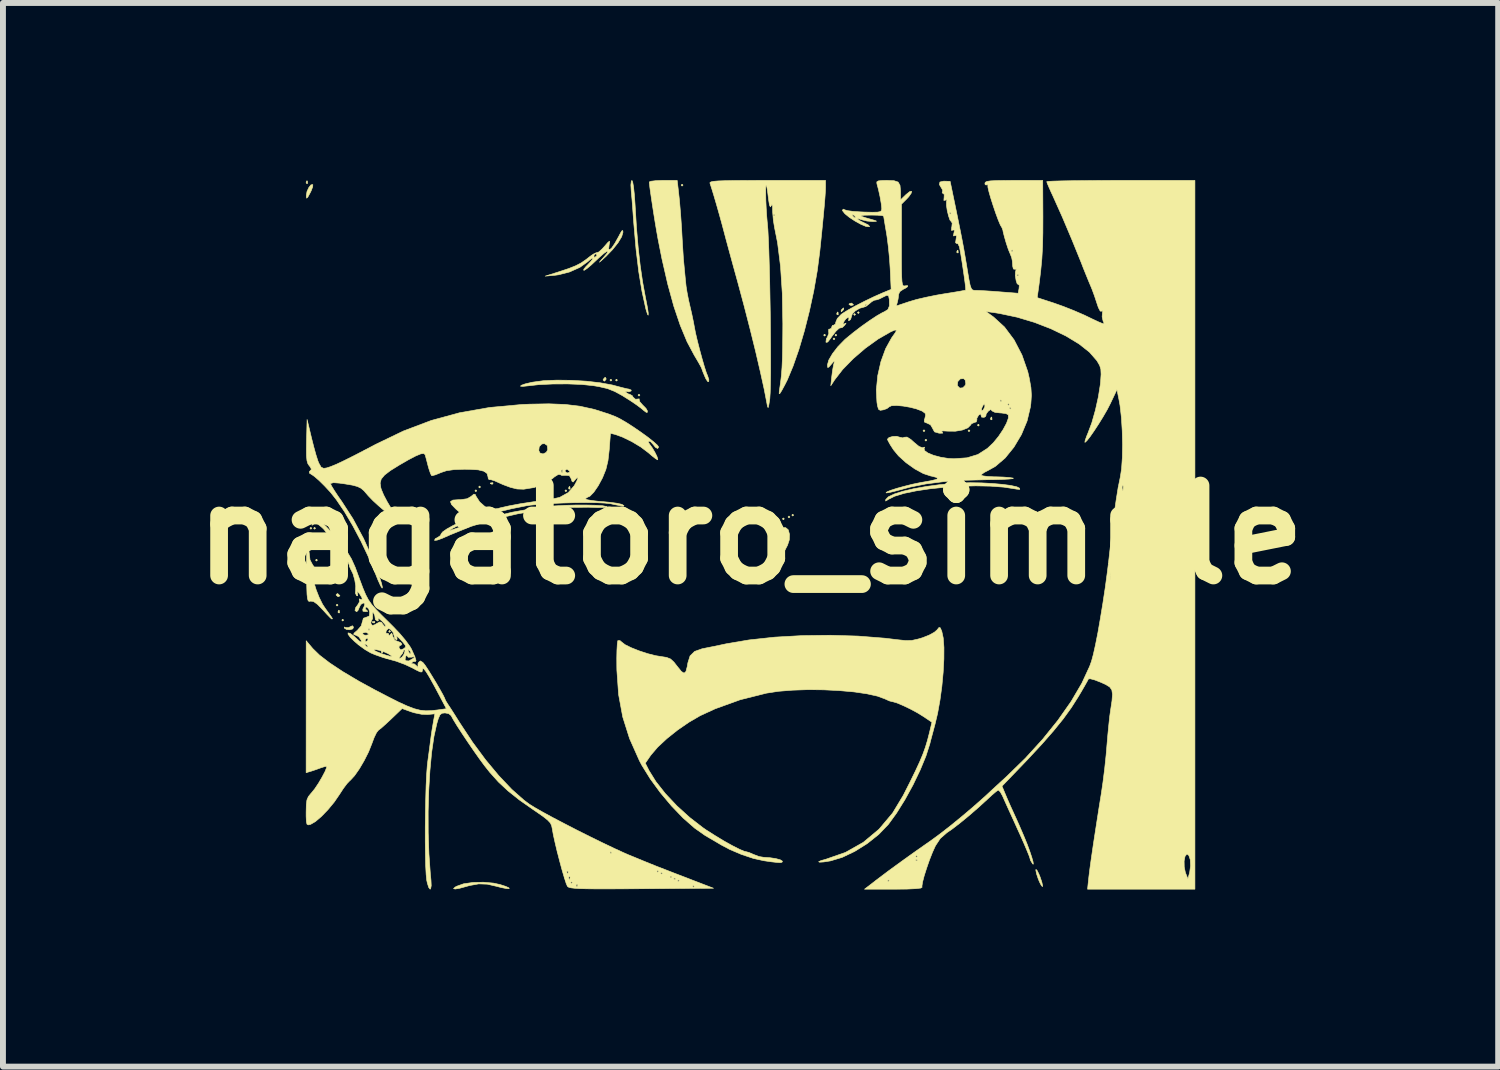
<source format=kicad_pcb>
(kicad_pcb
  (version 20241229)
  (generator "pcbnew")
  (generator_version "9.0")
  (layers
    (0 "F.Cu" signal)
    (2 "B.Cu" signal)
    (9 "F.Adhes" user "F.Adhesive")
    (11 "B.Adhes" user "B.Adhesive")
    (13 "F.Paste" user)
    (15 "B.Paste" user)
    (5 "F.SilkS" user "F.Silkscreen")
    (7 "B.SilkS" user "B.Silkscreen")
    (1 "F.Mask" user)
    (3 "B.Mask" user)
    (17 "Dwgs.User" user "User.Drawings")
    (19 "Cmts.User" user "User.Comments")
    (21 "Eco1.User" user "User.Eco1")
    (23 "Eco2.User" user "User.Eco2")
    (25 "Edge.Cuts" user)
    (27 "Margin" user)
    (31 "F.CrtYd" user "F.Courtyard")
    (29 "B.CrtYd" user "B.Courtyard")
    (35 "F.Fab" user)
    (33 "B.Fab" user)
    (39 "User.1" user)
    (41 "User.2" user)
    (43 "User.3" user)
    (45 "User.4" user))
  (footprint "nagatoro_simple"
    (layer "F.Cu")
    (at 9.659 6.006)
    (property "Reference" "nagatoro_simple" (at 0 0 0) (layer "F.SilkS") (effects (font (size 1.524 1.524) (thickness 0.3))))
    (attr through_hole)
    (fp_poly (pts (xy -7.493 -0.238) (xy -7.509 -0.222) (xy -7.525 -0.238) (xy -7.509 -0.254) (xy -7.493 -0.238)) (stroke (width 0.01) (type solid)) (fill yes) (layer "F.SilkS"))
    (fp_poly (pts (xy -7.429 -0.111) (xy -7.445 -0.095) (xy -7.461 -0.111) (xy -7.445 -0.127) (xy -7.429 -0.111)) (stroke (width 0.01) (type solid)) (fill yes) (layer "F.SilkS"))
    (fp_poly (pts (xy -7.366 -0.111) (xy -7.382 -0.095) (xy -7.398 -0.111) (xy -7.382 -0.127) (xy -7.366 -0.111)) (stroke (width 0.01) (type solid)) (fill yes) (layer "F.SilkS"))
    (fp_poly (pts (xy -7.334 0.429) (xy -7.35 0.445) (xy -7.366 0.429) (xy -7.35 0.413) (xy -7.334 0.429)) (stroke (width 0.01) (type solid)) (fill yes) (layer "F.SilkS"))
    (fp_poly (pts (xy -7.048 0.302) (xy -7.064 0.318) (xy -7.08 0.302) (xy -7.064 0.286) (xy -7.048 0.302)) (stroke (width 0.01) (type solid)) (fill yes) (layer "F.SilkS"))
    (fp_poly (pts (xy -6.985 1.191) (xy -7.001 1.206) (xy -7.017 1.191) (xy -7.001 1.175) (xy -6.985 1.191)) (stroke (width 0.01) (type solid)) (fill yes) (layer "F.SilkS"))
    (fp_poly (pts (xy -6.89 1.445) (xy -6.906 1.46) (xy -6.921 1.445) (xy -6.906 1.429) (xy -6.89 1.445)) (stroke (width 0.01) (type solid)) (fill yes) (layer "F.SilkS"))
    (fp_poly (pts (xy -6.223 1.984) (xy -6.239 2) (xy -6.255 1.984) (xy -6.239 1.968) (xy -6.223 1.984)) (stroke (width 0.01) (type solid)) (fill yes) (layer "F.SilkS"))
    (fp_poly (pts (xy -6.096 1.635) (xy -6.112 1.651) (xy -6.128 1.635) (xy -6.112 1.619) (xy -6.096 1.635)) (stroke (width 0.01) (type solid)) (fill yes) (layer "F.SilkS"))
    (fp_poly (pts (xy -4.636 -0.746) (xy -4.651 -0.73) (xy -4.667 -0.746) (xy -4.651 -0.762) (xy -4.636 -0.746)) (stroke (width 0.01) (type solid)) (fill yes) (layer "F.SilkS"))
    (fp_poly (pts (xy -4.572 -0.81) (xy -4.588 -0.794) (xy -4.604 -0.81) (xy -4.588 -0.826) (xy -4.572 -0.81)) (stroke (width 0.01) (type solid)) (fill yes) (layer "F.SilkS"))
    (fp_poly (pts (xy -3.111 -0.746) (xy -3.127 -0.73) (xy -3.143 -0.746) (xy -3.127 -0.762) (xy -3.111 -0.746)) (stroke (width 0.01) (type solid)) (fill yes) (layer "F.SilkS"))
    (fp_poly (pts (xy -2.349 -2.619) (xy -2.365 -2.603) (xy -2.381 -2.619) (xy -2.365 -2.635) (xy -2.349 -2.619)) (stroke (width 0.01) (type solid)) (fill yes) (layer "F.SilkS"))
    (fp_poly (pts (xy -2.254 -2.619) (xy -2.27 -2.603) (xy -2.286 -2.619) (xy -2.27 -2.635) (xy -2.254 -2.619)) (stroke (width 0.01) (type solid)) (fill yes) (layer "F.SilkS"))
    (fp_poly (pts (xy -1.873 -2.365) (xy -1.889 -2.349) (xy -1.905 -2.365) (xy -1.889 -2.381) (xy -1.873 -2.365)) (stroke (width 0.01) (type solid)) (fill yes) (layer "F.SilkS"))
    (fp_poly (pts (xy -1.143 -5.921) (xy -1.159 -5.905) (xy -1.175 -5.921) (xy -1.159 -5.937) (xy -1.143 -5.921)) (stroke (width 0.01) (type solid)) (fill yes) (layer "F.SilkS"))
    (fp_poly (pts (xy 0.572 -0.27) (xy 0.556 -0.254) (xy 0.54 -0.27) (xy 0.556 -0.286) (xy 0.572 -0.27)) (stroke (width 0.01) (type solid)) (fill yes) (layer "F.SilkS"))
    (fp_poly (pts (xy 0.667 -0.302) (xy 0.651 -0.286) (xy 0.635 -0.302) (xy 0.651 -0.318) (xy 0.667 -0.302)) (stroke (width 0.01) (type solid)) (fill yes) (layer "F.SilkS"))
    (fp_poly (pts (xy 0.73 -0.333) (xy 0.714 -0.318) (xy 0.699 -0.333) (xy 0.714 -0.349) (xy 0.73 -0.333)) (stroke (width 0.01) (type solid)) (fill yes) (layer "F.SilkS"))
    (fp_poly (pts (xy 1.27 -3.381) (xy 1.254 -3.365) (xy 1.238 -3.381) (xy 1.254 -3.397) (xy 1.27 -3.381)) (stroke (width 0.01) (type solid)) (fill yes) (layer "F.SilkS"))
    (fp_poly (pts (xy 1.429 -3.318) (xy 1.413 -3.302) (xy 1.397 -3.318) (xy 1.413 -3.334) (xy 1.429 -3.318)) (stroke (width 0.01) (type solid)) (fill yes) (layer "F.SilkS"))
    (fp_poly (pts (xy 1.46 -3.381) (xy 1.445 -3.365) (xy 1.429 -3.381) (xy 1.445 -3.397) (xy 1.46 -3.381)) (stroke (width 0.01) (type solid)) (fill yes) (layer "F.SilkS"))
    (fp_poly (pts (xy 1.778 -3.731) (xy 1.762 -3.715) (xy 1.746 -3.731) (xy 1.762 -3.747) (xy 1.778 -3.731)) (stroke (width 0.01) (type solid)) (fill yes) (layer "F.SilkS"))
    (fp_poly (pts (xy 1.841 -3.762) (xy 1.826 -3.747) (xy 1.81 -3.762) (xy 1.826 -3.778) (xy 1.841 -3.762)) (stroke (width 0.01) (type solid)) (fill yes) (layer "F.SilkS"))
    (fp_poly (pts (xy 2.953 -1.762) (xy 2.937 -1.746) (xy 2.921 -1.762) (xy 2.937 -1.778) (xy 2.953 -1.762)) (stroke (width 0.01) (type solid)) (fill yes) (layer "F.SilkS"))
    (fp_poly (pts (xy 2.985 -1.603) (xy 2.969 -1.587) (xy 2.953 -1.603) (xy 2.969 -1.619) (xy 2.985 -1.603)) (stroke (width 0.01) (type solid)) (fill yes) (layer "F.SilkS"))
    (fp_poly (pts (xy 3.715 -1.762) (xy 3.699 -1.746) (xy 3.683 -1.762) (xy 3.699 -1.778) (xy 3.715 -1.762)) (stroke (width 0.01) (type solid)) (fill yes) (layer "F.SilkS"))
    (fp_poly (pts (xy 3.873 -1.857) (xy 3.858 -1.841) (xy 3.842 -1.857) (xy 3.858 -1.873) (xy 3.873 -1.857)) (stroke (width 0.01) (type solid)) (fill yes) (layer "F.SilkS"))
    (fp_poly (pts (xy -7.504 -5.99) (xy -7.5 -5.952) (xy -7.504 -5.948) (xy -7.522 -5.952) (xy -7.525 -5.969) (xy -7.513 -5.995) (xy -7.504 -5.99)) (stroke (width 0.01) (type solid)) (fill yes) (layer "F.SilkS"))
    (fp_poly (pts (xy -7.503 -0.006) (xy -7.499 0.044) (xy -7.506 0.055) (xy -7.52 0.045) (xy -7.522 0.013) (xy -7.514 -0.021) (xy -7.503 -0.006)) (stroke (width 0.01) (type solid)) (fill yes) (layer "F.SilkS"))
    (fp_poly (pts (xy -7.218 0.614) (xy -7.222 0.633) (xy -7.239 0.635) (xy -7.265 0.623) (xy -7.26 0.614) (xy -7.222 0.61) (xy -7.218 0.614)) (stroke (width 0.01) (type solid)) (fill yes) (layer "F.SilkS"))
    (fp_poly (pts (xy -6.964 0.677) (xy -6.96 0.715) (xy -6.964 0.72) (xy -6.983 0.715) (xy -6.985 0.699) (xy -6.973 0.672) (xy -6.964 0.677)) (stroke (width 0.01) (type solid)) (fill yes) (layer "F.SilkS"))
    (fp_poly (pts (xy -6.964 1.281) (xy -6.96 1.318) (xy -6.964 1.323) (xy -6.983 1.319) (xy -6.985 1.302) (xy -6.973 1.276) (xy -6.964 1.281)) (stroke (width 0.01) (type solid)) (fill yes) (layer "F.SilkS"))
    (fp_poly (pts (xy -6.9 0.455) (xy -6.897 0.493) (xy -6.9 0.497) (xy -6.919 0.493) (xy -6.921 0.476) (xy -6.91 0.45) (xy -6.9 0.455)) (stroke (width 0.01) (type solid)) (fill yes) (layer "F.SilkS"))
    (fp_poly (pts (xy -6.837 0.487) (xy -6.833 0.525) (xy -6.837 0.529) (xy -6.856 0.525) (xy -6.858 0.508) (xy -6.846 0.482) (xy -6.837 0.487)) (stroke (width 0.01) (type solid)) (fill yes) (layer "F.SilkS"))
    (fp_poly (pts (xy -6.361 1.471) (xy -6.365 1.49) (xy -6.382 1.492) (xy -6.408 1.481) (xy -6.403 1.471) (xy -6.365 1.467) (xy -6.361 1.471)) (stroke (width 0.01) (type solid)) (fill yes) (layer "F.SilkS"))
    (fp_poly (pts (xy -4.36 -0.878) (xy -4.365 -0.86) (xy -4.381 -0.857) (xy -4.408 -0.869) (xy -4.403 -0.878) (xy -4.365 -0.882) (xy -4.36 -0.878)) (stroke (width 0.01) (type solid)) (fill yes) (layer "F.SilkS"))
    (fp_poly (pts (xy -3.059 -0.815) (xy -3.055 -0.777) (xy -3.059 -0.773) (xy -3.077 -0.777) (xy -3.08 -0.794) (xy -3.068 -0.82) (xy -3.059 -0.815)) (stroke (width 0.01) (type solid)) (fill yes) (layer "F.SilkS"))
    (fp_poly (pts (xy 1.482 -3.768) (xy 1.485 -3.73) (xy 1.482 -3.725) (xy 1.463 -3.73) (xy 1.46 -3.747) (xy 1.472 -3.773) (xy 1.482 -3.768)) (stroke (width 0.01) (type solid)) (fill yes) (layer "F.SilkS"))
    (fp_poly (pts (xy 3.514 -4.815) (xy 3.517 -4.778) (xy 3.514 -4.773) (xy 3.495 -4.777) (xy 3.493 -4.794) (xy 3.504 -4.82) (xy 3.514 -4.815)) (stroke (width 0.01) (type solid)) (fill yes) (layer "F.SilkS"))
    (fp_poly (pts (xy 4.085 -1.99) (xy 4.089 -1.952) (xy 4.085 -1.947) (xy 4.066 -1.952) (xy 4.064 -1.968) (xy 4.076 -1.995) (xy 4.085 -1.99)) (stroke (width 0.01) (type solid)) (fill yes) (layer "F.SilkS"))
    (fp_poly (pts (xy 6.212 0.233) (xy 6.216 0.271) (xy 6.212 0.275) (xy 6.194 0.271) (xy 6.191 0.254) (xy 6.203 0.228) (xy 6.212 0.233)) (stroke (width 0.01) (type solid)) (fill yes) (layer "F.SilkS"))
    (fp_poly (pts (xy 1.717 -3.92) (xy 1.744 -3.894) (xy 1.712 -3.884) (xy 1.7 -3.884) (xy 1.668 -3.898) (xy 1.67 -3.911) (xy 1.707 -3.924) (xy 1.717 -3.92)) (stroke (width 0.01) (type solid)) (fill yes) (layer "F.SilkS"))
    (fp_poly (pts (xy -7.027 0.211) (xy -7.033 0.222) (xy -7.063 0.253) (xy -7.068 0.254) (xy -7.07 0.233) (xy -7.064 0.222) (xy -7.034 0.192) (xy -7.029 0.191) (xy -7.027 0.211)) (stroke (width 0.01) (type solid)) (fill yes) (layer "F.SilkS"))
    (fp_poly (pts (xy -6.985 1) (xy -6.955 1.029) (xy -6.953 1.034) (xy -6.978 1.047) (xy -6.985 1.048) (xy -7.016 1.023) (xy -7.017 1.014) (xy -6.997 0.995) (xy -6.985 1)) (stroke (width 0.01) (type solid)) (fill yes) (layer "F.SilkS"))
    (fp_poly (pts (xy -2.445 -2.642) (xy -2.445 -2.635) (xy -2.469 -2.605) (xy -2.478 -2.603) (xy -2.497 -2.623) (xy -2.492 -2.635) (xy -2.464 -2.666) (xy -2.459 -2.667) (xy -2.445 -2.642)) (stroke (width 0.01) (type solid)) (fill yes) (layer "F.SilkS"))
    (fp_poly (pts (xy 1.578 -3.821) (xy 1.572 -3.81) (xy 1.542 -3.78) (xy 1.536 -3.778) (xy 1.534 -3.799) (xy 1.54 -3.81) (xy 1.57 -3.84) (xy 1.575 -3.842) (xy 1.578 -3.821)) (stroke (width 0.01) (type solid)) (fill yes) (layer "F.SilkS"))
    (fp_poly (pts (xy -6.723 1.563) (xy -6.735 1.593) (xy -6.783 1.608) (xy -6.84 1.604) (xy -6.879 1.579) (xy -6.879 1.561) (xy -6.862 1.569) (xy -6.808 1.572) (xy -6.781 1.558) (xy -6.741 1.54) (xy -6.723 1.563)) (stroke (width 0.01) (type solid)) (fill yes) (layer "F.SilkS"))
    (fp_poly (pts (xy -7.412 -5.93) (xy -7.414 -5.893) (xy -7.441 -5.823) (xy -7.458 -5.789) (xy -7.497 -5.718) (xy -7.516 -5.7) (xy -7.522 -5.729) (xy -7.522 -5.747) (xy -7.51 -5.815) (xy -7.479 -5.881) (xy -7.443 -5.926) (xy -7.412 -5.93) (xy -7.412 -5.93)) (stroke (width 0.01) (type solid)) (fill yes) (layer "F.SilkS"))
    (fp_poly (pts (xy 0.639 -0.084) (xy 0.66 -0.008) (xy 0.656 0.087) (xy 0.626 0.177) (xy 0.581 0.263) (xy 0.561 0.187) (xy 0.547 0.103) (xy 0.54 0.00029) (xy 0.54 -0.01) (xy 0.545 -0.09) (xy 0.566 -0.121) (xy 0.595 -0.121) (xy 0.639 -0.084)) (stroke (width 0.01) (type solid)) (fill yes) (layer "F.SilkS"))
    (fp_poly (pts (xy 4.852 5.683) (xy 4.883 5.745) (xy 4.904 5.796) (xy 4.933 5.883) (xy 4.946 5.943) (xy 4.944 5.957) (xy 4.925 5.94) (xy 4.893 5.878) (xy 4.872 5.827) (xy 4.843 5.74) (xy 4.831 5.68) (xy 4.833 5.666) (xy 4.852 5.683)) (stroke (width 0.01) (type solid)) (fill yes) (layer "F.SilkS"))
    (fp_poly (pts (xy -4.353 5.898) (xy -4.239 5.923) (xy -4.147 5.953) (xy -4.092 5.978) (xy -4.086 5.992) (xy -4.135 5.99) (xy -4.222 5.973) (xy -4.29 5.955) (xy -4.458 5.916) (xy -4.604 5.911) (xy -4.758 5.939) (xy -4.807 5.953) (xy -4.924 5.985) (xy -5 5.998) (xy -5.029 5.992) (xy -5.005 5.968) (xy -4.978 5.952) (xy -4.86 5.91) (xy -4.701 5.887) (xy -4.525 5.883) (xy -4.353 5.898)) (stroke (width 0.01) (type solid)) (fill yes) (layer "F.SilkS"))
    (fp_poly (pts (xy -1.995 -5.971) (xy -1.981 -5.89) (xy -1.968 -5.768) (xy -1.957 -5.618) (xy -1.955 -5.586) (xy -1.931 -5.198) (xy -1.902 -4.86) (xy -1.868 -4.558) (xy -1.827 -4.278) (xy -1.777 -4.007) (xy -1.766 -3.953) (xy -1.743 -3.835) (xy -1.732 -3.755) (xy -1.733 -3.719) (xy -1.744 -3.733) (xy -1.766 -3.802) (xy -1.774 -3.831) (xy -1.838 -4.122) (xy -1.893 -4.456) (xy -1.939 -4.838) (xy -1.977 -5.276) (xy -1.984 -5.366) (xy -1.995 -5.52) (xy -2.007 -5.677) (xy -2.019 -5.806) (xy -2.02 -5.818) (xy -2.026 -5.923) (xy -2.019 -5.987) (xy -2.008 -6.001) (xy -1.995 -5.971)) (stroke (width 0.01) (type solid)) (fill yes) (layer "F.SilkS"))
    (fp_poly (pts (xy 3.911 -0.879) (xy 4.097 -0.869) (xy 4.267 -0.854) (xy 4.409 -0.835) (xy 4.51 -0.812) (xy 4.556 -0.789) (xy 4.559 -0.769) (xy 4.507 -0.773) (xy 4.484 -0.777) (xy 4.29 -0.807) (xy 4.063 -0.824) (xy 3.813 -0.829) (xy 3.552 -0.822) (xy 3.29 -0.805) (xy 3.037 -0.779) (xy 2.804 -0.744) (xy 2.601 -0.702) (xy 2.44 -0.653) (xy 2.33 -0.598) (xy 2.321 -0.591) (xy 2.288 -0.572) (xy 2.29 -0.598) (xy 2.335 -0.644) (xy 2.435 -0.691) (xy 2.58 -0.737) (xy 2.763 -0.78) (xy 2.975 -0.818) (xy 3.205 -0.849) (xy 3.447 -0.871) (xy 3.54 -0.877) (xy 3.722 -0.882) (xy 3.911 -0.879)) (stroke (width 0.01) (type solid)) (fill yes) (layer "F.SilkS"))
    (fp_poly (pts (xy -7.487 0.176) (xy -7.478 0.232) (xy -7.476 0.286) (xy -7.459 0.426) (xy -7.419 0.502) (xy -7.384 0.554) (xy -7.401 0.578) (xy -7.421 0.615) (xy -7.418 0.696) (xy -7.394 0.806) (xy -7.355 0.932) (xy -7.305 1.059) (xy -7.248 1.175) (xy -7.202 1.245) (xy -7.14 1.33) (xy -7.096 1.393) (xy -7.08 1.419) (xy -7.087 1.427) (xy -7.113 1.408) (xy -7.165 1.355) (xy -7.246 1.267) (xy -7.336 1.175) (xy -7.401 1.129) (xy -7.449 1.123) (xy -7.452 1.124) (xy -7.475 1.128) (xy -7.491 1.116) (xy -7.502 1.079) (xy -7.51 1.009) (xy -7.514 0.896) (xy -7.518 0.731) (xy -7.519 0.675) (xy -7.52 0.507) (xy -7.518 0.36) (xy -7.513 0.247) (xy -7.505 0.181) (xy -7.501 0.169) (xy -7.487 0.176)) (stroke (width 0.01) (type solid)) (fill yes) (layer "F.SilkS"))
    (fp_poly (pts (xy -1.226 -5.866) (xy -1.204 -5.666) (xy -1.184 -5.43) (xy -1.167 -5.186) (xy -1.157 -5.001) (xy -1.137 -4.679) (xy -1.103 -4.32) (xy -1.091 -4.207) (xy -1.075 -4.107) (xy -1.05 -3.977) (xy -1.026 -3.873) (xy -0.995 -3.739) (xy -0.967 -3.605) (xy -0.952 -3.524) (xy -0.932 -3.419) (xy -0.9 -3.283) (xy -0.861 -3.131) (xy -0.82 -2.98) (xy -0.781 -2.845) (xy -0.748 -2.743) (xy -0.727 -2.693) (xy -0.706 -2.628) (xy -0.708 -2.594) (xy -0.726 -2.596) (xy -0.758 -2.645) (xy -0.773 -2.679) (xy -0.806 -2.758) (xy -0.824 -2.808) (xy -0.826 -2.815) (xy -0.841 -2.847) (xy -0.881 -2.919) (xy -0.938 -3.016) (xy -0.951 -3.037) (xy -1.075 -3.27) (xy -1.19 -3.547) (xy -1.299 -3.87) (xy -1.402 -4.246) (xy -1.501 -4.677) (xy -1.568 -5.016) (xy -1.589 -5.135) (xy -1.614 -5.283) (xy -1.64 -5.444) (xy -1.665 -5.606) (xy -1.687 -5.755) (xy -1.704 -5.875) (xy -1.713 -5.955) (xy -1.714 -5.975) (xy -1.685 -5.987) (xy -1.608 -5.996) (xy -1.499 -6.001) (xy -1.478 -6.001) (xy -1.242 -6.001) (xy -1.226 -5.866)) (stroke (width 0.01) (type solid)) (fill yes) (layer "F.SilkS"))
    (fp_poly (pts (xy -3.033 -2.616) (xy -2.78 -2.601) (xy -2.544 -2.574) (xy -2.342 -2.537) (xy -2.286 -2.522) (xy -2.18 -2.494) (xy -2.094 -2.473) (xy -2.058 -2.467) (xy -2.021 -2.451) (xy -2.022 -2.436) (xy -2.061 -2.421) (xy -2.084 -2.426) (xy -2.115 -2.427) (xy -2.111 -2.413) (xy -2.065 -2.383) (xy -2.049 -2.381) (xy -2.003 -2.356) (xy -1.988 -2.33) (xy -1.948 -2.295) (xy -1.919 -2.298) (xy -1.885 -2.302) (xy -1.886 -2.29) (xy -1.876 -2.254) (xy -1.83 -2.201) (xy -1.825 -2.196) (xy -1.77 -2.14) (xy -1.746 -2.097) (xy -1.746 -2.096) (xy -1.749 -2.072) (xy -1.765 -2.073) (xy -1.808 -2.105) (xy -1.857 -2.146) (xy -1.932 -2.202) (xy -2.04 -2.275) (xy -2.158 -2.349) (xy -2.167 -2.355) (xy -2.299 -2.427) (xy -2.422 -2.476) (xy -2.564 -2.509) (xy -2.659 -2.525) (xy -2.858 -2.546) (xy -3.095 -2.555) (xy -3.344 -2.554) (xy -3.582 -2.543) (xy -3.762 -2.523) (xy -3.858 -2.513) (xy -3.896 -2.517) (xy -3.881 -2.532) (xy -3.817 -2.555) (xy -3.708 -2.581) (xy -3.693 -2.584) (xy -3.509 -2.609) (xy -3.282 -2.619) (xy -3.033 -2.616)) (stroke (width 0.01) (type solid)) (fill yes) (layer "F.SilkS"))
    (fp_poly (pts (xy -2.16 -5.124) (xy -2.182 -5.048) (xy -2.244 -4.945) (xy -2.337 -4.829) (xy -2.45 -4.712) (xy -2.465 -4.699) (xy -2.534 -4.636) (xy -2.559 -4.616) (xy -2.543 -4.636) (xy -2.495 -4.691) (xy -2.432 -4.766) (xy -2.413 -4.802) (xy -2.432 -4.801) (xy -2.485 -4.764) (xy -2.567 -4.692) (xy -2.61 -4.651) (xy -2.699 -4.568) (xy -2.772 -4.507) (xy -2.818 -4.478) (xy -2.823 -4.477) (xy -2.824 -4.496) (xy -2.786 -4.543) (xy -2.762 -4.567) (xy -2.703 -4.63) (xy -2.669 -4.676) (xy -2.667 -4.685) (xy -2.687 -4.682) (xy -2.736 -4.644) (xy -2.754 -4.627) (xy -2.89 -4.529) (xy -3.064 -4.451) (xy -3.251 -4.403) (xy -3.31 -4.395) (xy -3.477 -4.38) (xy -3.234 -4.457) (xy -3.075 -4.51) (xy -2.96 -4.556) (xy -2.869 -4.603) (xy -2.785 -4.661) (xy -2.733 -4.702) (xy -2.694 -4.731) (xy -2.651 -4.731) (xy -2.649 -4.701) (xy -2.637 -4.699) (xy -2.605 -4.722) (xy -2.603 -4.731) (xy -2.614 -4.762) (xy -2.618 -4.763) (xy -2.645 -4.74) (xy -2.651 -4.731) (xy -2.694 -4.731) (xy -2.662 -4.753) (xy -2.612 -4.777) (xy -2.601 -4.777) (xy -2.568 -4.79) (xy -2.512 -4.841) (xy -2.476 -4.881) (xy -2.416 -4.95) (xy -2.389 -4.972) (xy -2.386 -4.953) (xy -2.394 -4.913) (xy -2.403 -4.842) (xy -2.388 -4.825) (xy -2.351 -4.857) (xy -2.297 -4.936) (xy -2.229 -5.058) (xy -2.218 -5.08) (xy -2.182 -5.144) (xy -2.164 -5.153) (xy -2.16 -5.124)) (stroke (width 0.01) (type solid)) (fill yes) (layer "F.SilkS"))
    (fp_poly (pts (xy 1.27 -5.891) (xy 1.268 -5.822) (xy 1.261 -5.717) (xy 1.249 -5.571) (xy 1.231 -5.378) (xy 1.207 -5.133) (xy 1.176 -4.831) (xy 1.172 -4.794) (xy 1.13 -4.471) (xy 1.071 -4.132) (xy 0.997 -3.789) (xy 0.912 -3.453) (xy 0.819 -3.139) (xy 0.721 -2.858) (xy 0.623 -2.623) (xy 0.583 -2.544) (xy 0.528 -2.442) (xy 0.497 -2.393) (xy 0.485 -2.39) (xy 0.487 -2.431) (xy 0.489 -2.445) (xy 0.508 -2.574) (xy 0.523 -2.7) (xy 0.533 -2.834) (xy 0.54 -2.987) (xy 0.544 -3.173) (xy 0.546 -3.403) (xy 0.547 -3.572) (xy 0.538 -4.087) (xy 0.508 -4.545) (xy 0.458 -4.944) (xy 0.407 -5.201) (xy 0.386 -5.328) (xy 0.379 -5.413) (xy 0.381 -5.413) (xy 0.397 -5.397) (xy 0.413 -5.413) (xy 0.397 -5.429) (xy 0.381 -5.413) (xy 0.379 -5.413) (xy 0.375 -5.461) (xy 0.374 -5.493) (xy 0.372 -5.573) (xy 0.362 -5.593) (xy 0.35 -5.572) (xy 0.335 -5.553) (xy 0.32 -5.586) (xy 0.306 -5.676) (xy 0.303 -5.699) (xy 0.29 -5.806) (xy 0.277 -5.888) (xy 0.27 -5.921) (xy 0.262 -5.921) (xy 0.257 -5.871) (xy 0.257 -5.782) (xy 0.259 -5.666) (xy 0.265 -5.538) (xy 0.273 -5.408) (xy 0.283 -5.291) (xy 0.285 -5.274) (xy 0.294 -5.168) (xy 0.302 -5.011) (xy 0.31 -4.812) (xy 0.317 -4.579) (xy 0.324 -4.322) (xy 0.329 -4.048) (xy 0.334 -3.767) (xy 0.337 -3.487) (xy 0.339 -3.217) (xy 0.34 -2.965) (xy 0.34 -2.74) (xy 0.337 -2.551) (xy 0.333 -2.406) (xy 0.327 -2.314) (xy 0.326 -2.302) (xy 0.31 -2.2) (xy 0.3 -2.156) (xy 0.29 -2.163) (xy 0.279 -2.216) (xy 0.278 -2.223) (xy 0.23 -2.471) (xy 0.164 -2.77) (xy 0.085 -3.11) (xy -0.007 -3.482) (xy -0.108 -3.875) (xy -0.217 -4.281) (xy -0.267 -4.461) (xy -0.317 -4.643) (xy -0.368 -4.83) (xy -0.414 -5) (xy -0.448 -5.128) (xy -0.485 -5.267) (xy -0.529 -5.426) (xy -0.575 -5.588) (xy -0.619 -5.738) (xy -0.657 -5.862) (xy -0.683 -5.943) (xy -0.687 -5.954) (xy -0.686 -5.967) (xy -0.666 -5.977) (xy -0.622 -5.986) (xy -0.548 -5.992) (xy -0.436 -5.996) (xy -0.282 -5.999) (xy -0.079 -6) (xy 0.18 -6.001) (xy 0.282 -6.001) (xy 1.27 -6.001) (xy 1.27 -5.891)) (stroke (width 0.01) (type solid)) (fill yes) (layer "F.SilkS"))
    (fp_poly (pts (xy 3.213 1.575) (xy 3.239 1.635) (xy 3.239 1.636) (xy 3.263 1.747) (xy 3.275 1.908) (xy 3.274 2.106) (xy 3.262 2.328) (xy 3.24 2.564) (xy 3.208 2.799) (xy 3.168 3.022) (xy 3.124 3.207) (xy 3.088 3.342) (xy 3.05 3.483) (xy 3.036 3.54) (xy 2.97 3.747) (xy 2.872 3.984) (xy 2.751 4.236) (xy 2.615 4.484) (xy 2.473 4.712) (xy 2.335 4.902) (xy 2.327 4.911) (xy 2.169 5.075) (xy 1.975 5.229) (xy 1.764 5.361) (xy 1.552 5.462) (xy 1.356 5.521) (xy 1.352 5.522) (xy 1.237 5.54) (xy 1.169 5.544) (xy 1.153 5.536) (xy 1.193 5.517) (xy 1.275 5.494) (xy 1.608 5.378) (xy 1.909 5.208) (xy 2.176 4.985) (xy 2.406 4.712) (xy 2.586 4.413) (xy 2.703 4.182) (xy 2.794 3.996) (xy 2.864 3.845) (xy 2.918 3.716) (xy 2.96 3.6) (xy 2.995 3.485) (xy 3.027 3.361) (xy 3.032 3.341) (xy 3.072 3.174) (xy 2.926 3.076) (xy 2.826 3.014) (xy 2.707 2.95) (xy 2.586 2.892) (xy 2.482 2.848) (xy 2.411 2.827) (xy 2.401 2.826) (xy 2.349 2.812) (xy 2.279 2.78) (xy 2.15 2.732) (xy 1.97 2.692) (xy 1.75 2.66) (xy 1.502 2.638) (xy 1.239 2.625) (xy 0.972 2.622) (xy 0.712 2.631) (xy 0.472 2.65) (xy 0.271 2.681) (xy -0.175 2.793) (xy -0.599 2.946) (xy -0.853 3.063) (xy -1.042 3.173) (xy -1.234 3.305) (xy -1.416 3.45) (xy -1.571 3.594) (xy -1.684 3.726) (xy -1.693 3.738) (xy -1.782 3.867) (xy -1.719 3.992) (xy -1.602 4.18) (xy -1.441 4.384) (xy -1.247 4.59) (xy -1.032 4.785) (xy -0.81 4.957) (xy -0.754 4.996) (xy -0.6 5.094) (xy -0.448 5.186) (xy -0.306 5.265) (xy -0.188 5.325) (xy -0.105 5.36) (xy -0.076 5.366) (xy -0.024 5.38) (xy 0.051 5.413) (xy 0.052 5.413) (xy 0.143 5.448) (xy 0.222 5.461) (xy 0.328 5.468) (xy 0.428 5.483) (xy 0.505 5.504) (xy 0.539 5.526) (xy 0.54 5.529) (xy 0.533 5.544) (xy 0.507 5.551) (xy 0.449 5.548) (xy 0.35 5.537) (xy 0.226 5.519) (xy 0.049 5.48) (xy -0.152 5.413) (xy -0.352 5.328) (xy -0.497 5.251) (xy -0.581 5.201) (xy -0.691 5.137) (xy -0.768 5.092) (xy -0.947 4.966) (xy -1.141 4.796) (xy -1.338 4.591) (xy -1.527 4.366) (xy -1.698 4.132) (xy -1.84 3.903) (xy -1.881 3.826) (xy -2.048 3.451) (xy -2.164 3.084) (xy -2.234 2.705) (xy -2.263 2.295) (xy -2.264 2.249) (xy -2.265 2.089) (xy -2.262 1.952) (xy -2.256 1.85) (xy -2.248 1.796) (xy -2.246 1.791) (xy -2.21 1.792) (xy -2.182 1.816) (xy -2.124 1.861) (xy -2.02 1.912) (xy -1.889 1.964) (xy -1.747 2.011) (xy -1.611 2.046) (xy -1.524 2.06) (xy -1.422 2.076) (xy -1.354 2.103) (xy -1.296 2.157) (xy -1.24 2.229) (xy -1.171 2.314) (xy -1.125 2.343) (xy -1.094 2.315) (xy -1.071 2.228) (xy -1.061 2.168) (xy -1.024 2.051) (xy -0.947 1.975) (xy -0.821 1.93) (xy -0.81 1.928) (xy -0.737 1.913) (xy -0.621 1.89) (xy -0.483 1.861) (xy -0.413 1.846) (xy -0.024 1.78) (xy 0.41 1.733) (xy 0.873 1.707) (xy 1.349 1.701) (xy 1.821 1.715) (xy 2.276 1.751) (xy 2.492 1.777) (xy 2.626 1.791) (xy 2.73 1.789) (xy 2.835 1.766) (xy 2.913 1.743) (xy 3.024 1.699) (xy 3.113 1.65) (xy 3.158 1.611) (xy 3.192 1.569) (xy 3.213 1.575)) (stroke (width 0.01) (type solid)) (fill yes) (layer "F.SilkS"))
    (fp_poly (pts (xy -3.134 -2.207) (xy -2.883 -2.176) (xy -2.644 -2.123) (xy -2.403 -2.046) (xy -2.286 -2.001) (xy -2.205 -1.961) (xy -2.097 -1.898) (xy -1.975 -1.819) (xy -1.85 -1.733) (xy -1.734 -1.649) (xy -1.639 -1.573) (xy -1.576 -1.516) (xy -1.556 -1.486) (xy -1.572 -1.461) (xy -1.609 -1.48) (xy -1.644 -1.524) (xy -1.689 -1.574) (xy -1.72 -1.587) (xy -1.732 -1.569) (xy -1.707 -1.532) (xy -1.664 -1.472) (xy -1.62 -1.398) (xy -1.585 -1.328) (xy -1.57 -1.28) (xy -1.574 -1.27) (xy -1.607 -1.289) (xy -1.671 -1.339) (xy -1.73 -1.39) (xy -1.857 -1.486) (xy -2.01 -1.578) (xy -2.166 -1.654) (xy -2.29 -1.699) (xy -2.372 -1.719) (xy -2.393 -1.439) (xy -2.414 -1.255) (xy -2.449 -1.108) (xy -2.505 -0.969) (xy -2.505 -0.968) (xy -2.58 -0.829) (xy -2.654 -0.721) (xy -2.721 -0.653) (xy -2.763 -0.635) (xy -2.793 -0.614) (xy -2.794 -0.608) (xy -2.765 -0.594) (xy -2.686 -0.58) (xy -2.572 -0.567) (xy -2.509 -0.562) (xy -2.375 -0.55) (xy -2.26 -0.534) (xy -2.184 -0.517) (xy -2.168 -0.51) (xy -2.143 -0.492) (xy -2.151 -0.485) (xy -2.201 -0.492) (xy -2.301 -0.511) (xy -2.373 -0.527) (xy -2.466 -0.537) (xy -2.607 -0.544) (xy -2.785 -0.546) (xy -2.984 -0.544) (xy -3.192 -0.538) (xy -3.395 -0.529) (xy -3.578 -0.516) (xy -3.728 -0.502) (xy -3.794 -0.492) (xy -4.045 -0.442) (xy -4.298 -0.38) (xy -4.54 -0.311) (xy -4.757 -0.239) (xy -4.935 -0.166) (xy -5.048 -0.108) (xy -5.084 -0.085) (xy -5.095 -0.075) (xy -5.072 -0.078) (xy -5.009 -0.099) (xy -4.899 -0.137) (xy -4.794 -0.174) (xy -4.429 -0.287) (xy -4.033 -0.383) (xy -3.637 -0.454) (xy -3.477 -0.475) (xy -3.319 -0.489) (xy -3.141 -0.499) (xy -2.957 -0.504) (xy -2.78 -0.504) (xy -2.625 -0.5) (xy -2.504 -0.492) (xy -2.432 -0.478) (xy -2.429 -0.477) (xy -2.432 -0.468) (xy -2.491 -0.463) (xy -2.596 -0.462) (xy -2.74 -0.467) (xy -2.746 -0.467) (xy -3.118 -0.464) (xy -3.522 -0.425) (xy -3.939 -0.356) (xy -4.352 -0.26) (xy -4.741 -0.14) (xy -5.088 0.001) (xy -5.119 0.015) (xy -5.224 0.061) (xy -5.306 0.09) (xy -5.349 0.095) (xy -5.351 0.093) (xy -5.338 0.065) (xy -5.303 0.048) (xy -5.251 0.013) (xy -5.239 -0.016) (xy -5.212 -0.05) (xy -5.142 -0.099) (xy -5.041 -0.155) (xy -5.024 -0.163) (xy -4.902 -0.222) (xy -4.829 -0.261) (xy -4.797 -0.284) (xy -4.796 -0.298) (xy -4.82 -0.309) (xy -4.823 -0.31) (xy -4.87 -0.339) (xy -4.944 -0.397) (xy -4.991 -0.438) (xy -5.064 -0.514) (xy -5.081 -0.562) (xy -5.04 -0.588) (xy -4.94 -0.595) (xy -4.915 -0.594) (xy -4.798 -0.611) (xy -4.733 -0.649) (xy -4.685 -0.688) (xy -4.662 -0.683) (xy -4.647 -0.65) (xy -4.587 -0.557) (xy -4.492 -0.473) (xy -4.451 -0.448) (xy -4.382 -0.431) (xy -4.28 -0.445) (xy -4.234 -0.457) (xy -4.088 -0.49) (xy -3.896 -0.526) (xy -3.673 -0.56) (xy -3.436 -0.59) (xy -3.423 -0.591) (xy -3.231 -0.634) (xy -3.086 -0.715) (xy -2.984 -0.833) (xy -2.942 -0.911) (xy -2.923 -0.961) (xy -2.929 -0.975) (xy -2.962 -0.942) (xy -2.968 -0.935) (xy -3.004 -0.893) (xy -3.023 -0.906) (xy -3.036 -0.947) (xy -3.067 -1.002) (xy -3.128 -1.008) (xy -3.133 -1.007) (xy -3.197 -1.006) (xy -3.226 -1.021) (xy -3.258 -1.02) (xy -3.318 -0.983) (xy -3.352 -0.954) (xy -3.491 -0.865) (xy -3.663 -0.801) (xy -3.841 -0.772) (xy -3.954 -0.776) (xy -4.067 -0.804) (xy -4.193 -0.851) (xy -4.242 -0.873) (xy -4.331 -0.913) (xy -4.397 -0.934) (xy -4.419 -0.933) (xy -4.44 -0.946) (xy -4.445 -0.981) (xy -4.461 -1.038) (xy -4.514 -1.077) (xy -4.526 -1.079) (xy -3.207 -1.079) (xy -3.195 -1.053) (xy -3.186 -1.058) (xy -3.183 -1.079) (xy -3.143 -1.079) (xy -3.117 -1.052) (xy -3.094 -1.048) (xy -3.061 -1.063) (xy -3.064 -1.079) (xy -3.104 -1.11) (xy -3.113 -1.111) (xy -3.142 -1.087) (xy -3.143 -1.079) (xy -3.183 -1.079) (xy -3.182 -1.096) (xy -3.186 -1.101) (xy -3.204 -1.096) (xy -3.207 -1.079) (xy -4.526 -1.079) (xy -4.611 -1.1) (xy -4.761 -1.109) (xy -4.848 -1.11) (xy -5.02 -1.104) (xy -5.147 -1.086) (xy -5.246 -1.053) (xy -5.254 -1.049) (xy -5.335 -1.016) (xy -5.39 -1.001) (xy -5.4 -1.002) (xy -5.419 -1.037) (xy -5.445 -1.114) (xy -5.46 -1.166) (xy -5.485 -1.263) (xy -5.505 -1.337) (xy -5.511 -1.357) (xy -5.533 -1.377) (xy -5.583 -1.371) (xy -5.668 -1.336) (xy -5.794 -1.27) (xy -5.948 -1.181) (xy -6.098 -1.088) (xy -6.197 -1.012) (xy -6.253 -0.945) (xy -6.272 -0.877) (xy -6.261 -0.799) (xy -6.253 -0.771) (xy -6.214 -0.677) (xy -6.153 -0.561) (xy -6.105 -0.481) (xy -6.052 -0.391) (xy -6.019 -0.323) (xy -6.014 -0.294) (xy -6.048 -0.301) (xy -6.115 -0.343) (xy -6.203 -0.41) (xy -6.299 -0.492) (xy -6.393 -0.578) (xy -6.472 -0.66) (xy -6.49 -0.681) (xy -6.545 -0.745) (xy -6.595 -0.788) (xy -6.656 -0.818) (xy -6.742 -0.841) (xy -6.867 -0.862) (xy -6.961 -0.875) (xy -7.063 -0.883) (xy -7.109 -0.87) (xy -7.112 -0.863) (xy -7.094 -0.825) (xy -7.047 -0.748) (xy -6.978 -0.644) (xy -6.923 -0.566) (xy -6.733 -0.272) (xy -6.553 0.063) (xy -6.393 0.419) (xy -6.289 0.695) (xy -6.249 0.82) (xy -6.233 0.89) (xy -6.239 0.903) (xy -6.265 0.862) (xy -6.308 0.767) (xy -6.348 0.667) (xy -6.463 0.39) (xy -6.594 0.113) (xy -6.734 -0.152) (xy -6.876 -0.392) (xy -7.013 -0.594) (xy -7.11 -0.717) (xy -7.211 -0.826) (xy -7.306 -0.92) (xy -7.383 -0.987) (xy -7.414 -1.009) (xy -7.47 -1.045) (xy -7.47 -1.072) (xy -7.459 -1.081) (xy -7.435 -1.11) (xy -7.457 -1.152) (xy -7.472 -1.169) (xy -7.496 -1.205) (xy -7.511 -1.256) (xy -7.519 -1.336) (xy -7.52 -1.456) (xy -7.518 -1.591) (xy -7.509 -1.953) (xy -7.433 -1.635) (xy -7.396 -1.489) (xy -7.359 -1.355) (xy -7.326 -1.252) (xy -7.311 -1.215) (xy -7.272 -1.146) (xy -7.229 -1.125) (xy -7.18 -1.132) (xy -7.111 -1.154) (xy -7.013 -1.194) (xy -6.882 -1.256) (xy -6.71 -1.342) (xy -6.548 -1.426) (xy -3.586 -1.426) (xy -3.565 -1.385) (xy -3.513 -1.369) (xy -3.459 -1.396) (xy -3.434 -1.44) (xy -3.442 -1.512) (xy -3.489 -1.544) (xy -3.535 -1.538) (xy -3.578 -1.492) (xy -3.586 -1.426) (xy -6.548 -1.426) (xy -6.492 -1.455) (xy -6.35 -1.53) (xy -5.877 -1.758) (xy -5.406 -1.936) (xy -4.925 -2.067) (xy -4.42 -2.156) (xy -3.878 -2.206) (xy -3.741 -2.212) (xy -3.415 -2.218) (xy -3.134 -2.207)) (stroke (width 0.01) (type solid)) (fill yes) (layer "F.SilkS"))
    (fp_poly (pts (xy -7.461 -0.412) (xy -7.392 -0.347) (xy -7.295 -0.251) (xy -7.104 -0.053) (xy -6.956 0.117) (xy -6.843 0.267) (xy -6.758 0.409) (xy -6.693 0.553) (xy -6.685 0.575) (xy -6.616 0.763) (xy -6.563 0.904) (xy -6.517 1.013) (xy -6.471 1.1) (xy -6.416 1.179) (xy -6.345 1.261) (xy -6.249 1.359) (xy -6.121 1.485) (xy -6.051 1.555) (xy -5.941 1.671) (xy -5.842 1.788) (xy -5.768 1.89) (xy -5.741 1.936) (xy -5.686 2.059) (xy -5.664 2.129) (xy -5.676 2.147) (xy -5.684 2.143) (xy -5.72 2.15) (xy -5.734 2.166) (xy -5.741 2.19) (xy -5.731 2.183) (xy -5.694 2.186) (xy -5.66 2.215) (xy -5.632 2.245) (xy -5.631 2.237) (xy -5.631 2.183) (xy -5.621 2.16) (xy -5.592 2.135) (xy -5.552 2.159) (xy -5.54 2.171) (xy -5.507 2.214) (xy -5.453 2.296) (xy -5.388 2.401) (xy -5.319 2.515) (xy -5.256 2.624) (xy -5.206 2.714) (xy -5.178 2.77) (xy -5.175 2.781) (xy -5.159 2.815) (xy -5.12 2.877) (xy -5.116 2.883) (xy -5.071 2.951) (xy -5.006 3.053) (xy -4.933 3.169) (xy -4.919 3.191) (xy -4.708 3.511) (xy -4.487 3.81) (xy -4.263 4.079) (xy -4.044 4.31) (xy -3.836 4.494) (xy -3.745 4.562) (xy -3.655 4.618) (xy -3.518 4.696) (xy -3.345 4.79) (xy -3.146 4.894) (xy -2.933 5.004) (xy -2.715 5.113) (xy -2.503 5.217) (xy -2.308 5.31) (xy -2.142 5.386) (xy -2.064 5.42) (xy -1.935 5.473) (xy -1.821 5.52) (xy -1.71 5.565) (xy -1.591 5.613) (xy -1.451 5.667) (xy -1.279 5.734) (xy -1.062 5.817) (xy -0.988 5.846) (xy -0.627 5.985) (xy -1.845 5.993) (xy -2.159 5.995) (xy -2.415 5.996) (xy -2.62 5.996) (xy -2.778 5.994) (xy -2.898 5.991) (xy -2.983 5.985) (xy -3.041 5.978) (xy -3.076 5.969) (xy -3.096 5.957) (xy -3.1 5.952) (xy -3.107 5.937) (xy -2.953 5.937) (xy -2.941 5.963) (xy -2.932 5.958) (xy -2.931 5.953) (xy -0.984 5.953) (xy -0.968 5.969) (xy -0.953 5.953) (xy -0.968 5.937) (xy -0.984 5.953) (xy -2.931 5.953) (xy -2.928 5.921) (xy -2.932 5.916) (xy -2.95 5.92) (xy -2.953 5.937) (xy -3.107 5.937) (xy -3.122 5.903) (xy -3.126 5.89) (xy -3.048 5.89) (xy -3.032 5.905) (xy -3.016 5.89) (xy -3.032 5.874) (xy -3.048 5.89) (xy -3.126 5.89) (xy -3.136 5.858) (xy -1.238 5.858) (xy -1.222 5.874) (xy -1.206 5.858) (xy -1.222 5.842) (xy -1.238 5.858) (xy -3.136 5.858) (xy -3.152 5.81) (xy -3.08 5.81) (xy -3.068 5.836) (xy -3.059 5.831) (xy -3.058 5.826) (xy -1.302 5.826) (xy -1.286 5.842) (xy -1.27 5.826) (xy -1.286 5.81) (xy -1.302 5.826) (xy -3.058 5.826) (xy -3.055 5.794) (xy -1.365 5.794) (xy -1.349 5.81) (xy -1.333 5.794) (xy -1.349 5.779) (xy -1.365 5.794) (xy -3.055 5.794) (xy -3.055 5.794) (xy -3.059 5.789) (xy -3.077 5.793) (xy -3.08 5.81) (xy -3.152 5.81) (xy -3.153 5.806) (xy -3.18 5.715) (xy -3.111 5.715) (xy -3.1 5.741) (xy -3.09 5.736) (xy -3.09 5.731) (xy -1.524 5.731) (xy -1.508 5.747) (xy -1.492 5.731) (xy -1.508 5.715) (xy -1.524 5.731) (xy -3.09 5.731) (xy -3.087 5.699) (xy -1.587 5.699) (xy -1.572 5.715) (xy -1.556 5.699) (xy -1.572 5.683) (xy -1.587 5.699) (xy -3.087 5.699) (xy -3.087 5.698) (xy -3.09 5.694) (xy -3.109 5.698) (xy -3.111 5.715) (xy -3.18 5.715) (xy -3.192 5.674) (xy -3.233 5.522) (xy -3.269 5.382) (xy -2.381 5.382) (xy -2.365 5.397) (xy -2.349 5.382) (xy -2.365 5.366) (xy -2.381 5.382) (xy -3.269 5.382) (xy -3.274 5.364) (xy -3.31 5.212) (xy -3.339 5.081) (xy -3.356 4.986) (xy -3.357 4.979) (xy -3.368 4.925) (xy -3.39 4.879) (xy -3.435 4.831) (xy -3.51 4.771) (xy -3.626 4.69) (xy -3.678 4.655) (xy -3.915 4.489) (xy -4.107 4.336) (xy -4.269 4.185) (xy -4.415 4.022) (xy -4.504 3.91) (xy -4.591 3.792) (xy -4.689 3.653) (xy -4.789 3.507) (xy -4.885 3.363) (xy -4.969 3.234) (xy -5.032 3.131) (xy -5.067 3.067) (xy -5.07 3.061) (xy -5.111 3.028) (xy -5.174 3.016) (xy -5.225 3.022) (xy -5.259 3.049) (xy -5.287 3.112) (xy -5.313 3.199) (xy -5.361 3.416) (xy -5.4 3.684) (xy -5.429 3.993) (xy -5.449 4.331) (xy -5.459 4.685) (xy -5.458 5.046) (xy -5.446 5.401) (xy -5.422 5.739) (xy -5.411 5.85) (xy -5.407 5.942) (xy -5.417 5.994) (xy -5.426 6.001) (xy -5.449 5.972) (xy -5.472 5.9) (xy -5.483 5.85) (xy -5.493 5.752) (xy -5.501 5.602) (xy -5.505 5.412) (xy -5.508 5.193) (xy -5.508 4.956) (xy -5.505 4.713) (xy -5.5 4.475) (xy -5.494 4.255) (xy -5.485 4.062) (xy -5.474 3.91) (xy -5.466 3.842) (xy -5.446 3.694) (xy -5.428 3.556) (xy -5.414 3.448) (xy -5.41 3.417) (xy -5.393 3.3) (xy -5.372 3.177) (xy -5.37 3.163) (xy -5.345 3.031) (xy -5.466 3.043) (xy -5.57 3.039) (xy -5.692 3.014) (xy -5.744 2.998) (xy -5.9 2.942) (xy -6.08 3.114) (xy -6.171 3.199) (xy -6.248 3.268) (xy -6.298 3.307) (xy -6.302 3.31) (xy -6.334 3.351) (xy -6.374 3.434) (xy -6.413 3.538) (xy -6.468 3.676) (xy -6.542 3.823) (xy -6.624 3.963) (xy -6.706 4.08) (xy -6.776 4.156) (xy -6.785 4.163) (xy -6.832 4.212) (xy -6.896 4.297) (xy -6.961 4.397) (xy -7.05 4.527) (xy -7.156 4.655) (xy -7.266 4.769) (xy -7.368 4.856) (xy -7.449 4.903) (xy -7.453 4.904) (xy -7.49 4.912) (xy -7.511 4.9) (xy -7.521 4.855) (xy -7.525 4.767) (xy -7.525 4.695) (xy -7.522 4.571) (xy -7.512 4.491) (xy -7.487 4.433) (xy -7.443 4.379) (xy -7.432 4.367) (xy -7.379 4.301) (xy -7.316 4.207) (xy -7.255 4.103) (xy -7.205 4.008) (xy -7.178 3.94) (xy -7.176 3.925) (xy -7.201 3.922) (xy -7.262 3.941) (xy -7.263 3.941) (xy -7.362 3.977) (xy -7.437 4.002) (xy -7.525 4.028) (xy -7.524 1.794) (xy -7.413 1.926) (xy -7.297 2.039) (xy -7.126 2.17) (xy -6.904 2.317) (xy -6.635 2.477) (xy -6.366 2.624) (xy -6.139 2.742) (xy -5.959 2.833) (xy -5.814 2.899) (xy -5.697 2.944) (xy -5.596 2.97) (xy -5.503 2.98) (xy -5.408 2.978) (xy -5.302 2.966) (xy -5.294 2.965) (xy -5.15 2.945) (xy -5.253 2.75) (xy -5.356 2.556) (xy -5.435 2.414) (xy -5.492 2.321) (xy -5.529 2.273) (xy -5.55 2.265) (xy -5.556 2.293) (xy -5.556 2.296) (xy -5.564 2.322) (xy -5.595 2.321) (xy -5.66 2.29) (xy -5.723 2.256) (xy -5.852 2.195) (xy -6.001 2.14) (xy -6.088 2.116) (xy -6.091 2.115) (xy -5.85 2.115) (xy -5.833 2.133) (xy -5.786 2.136) (xy -5.715 2.094) (xy -5.683 2.068) (xy -5.696 2.064) (xy -5.739 2.072) (xy -5.796 2.073) (xy -5.811 2.053) (xy -5.824 2.042) (xy -5.841 2.063) (xy -5.85 2.115) (xy -6.091 2.115) (xy -6.202 2.084) (xy -5.95 2.084) (xy -5.941 2.095) (xy -5.902 2.071) (xy -5.872 2.029) (xy -5.852 1.971) (xy -5.855 1.945) (xy -5.873 1.95) (xy -5.874 1.961) (xy -5.894 2.009) (xy -5.924 2.046) (xy -5.95 2.084) (xy -6.202 2.084) (xy -6.223 2.078) (xy -6.359 2.03) (xy -6.433 1.999) (xy -6.523 1.946) (xy -6.376 1.946) (xy -6.372 1.957) (xy -6.331 1.979) (xy -6.254 2.01) (xy -6.169 2.039) (xy -6.1 2.058) (xy -6.08 2.061) (xy -6.083 2.048) (xy -6.129 2.017) (xy -6.144 2.009) (xy -6.211 1.979) (xy -6.284 1.956) (xy -6.345 1.944) (xy -6.376 1.946) (xy -6.523 1.946) (xy -6.524 1.946) (xy -6.62 1.877) (xy -6.652 1.851) (xy -6.535 1.851) (xy -6.528 1.868) (xy -6.496 1.902) (xy -6.477 1.895) (xy -6.477 1.891) (xy -6.5 1.864) (xy -6.514 1.854) (xy -6.535 1.851) (xy -6.652 1.851) (xy -6.708 1.803) (xy -6.778 1.735) (xy -6.815 1.683) (xy -6.815 1.661) (xy -6.782 1.668) (xy -6.722 1.711) (xy -6.685 1.745) (xy -6.621 1.803) (xy -6.592 1.818) (xy -6.591 1.792) (xy -6.593 1.785) (xy -6.598 1.778) (xy -6.525 1.778) (xy -6.522 1.807) (xy -6.511 1.81) (xy -6.478 1.787) (xy -6.477 1.778) (xy -6.488 1.747) (xy -6.491 1.746) (xy -6.518 1.768) (xy -6.525 1.778) (xy -6.598 1.778) (xy -6.635 1.725) (xy -6.676 1.703) (xy -6.718 1.689) (xy -6.716 1.676) (xy -6.572 1.676) (xy -6.546 1.696) (xy -6.511 1.701) (xy -6.468 1.691) (xy -6.465 1.676) (xy -6.477 1.67) (xy -6.174 1.67) (xy -6.159 1.667) (xy -6.131 1.672) (xy -6.127 1.689) (xy -6.12 1.712) (xy -6.098 1.686) (xy -6.075 1.665) (xy -6.062 1.702) (xy -6.059 1.717) (xy -6.025 1.785) (xy -5.977 1.804) (xy -5.925 1.824) (xy -5.903 1.852) (xy -5.922 1.872) (xy -5.936 1.873) (xy -5.954 1.896) (xy -5.949 1.919) (xy -5.923 1.949) (xy -5.9 1.94) (xy -5.801 1.94) (xy -5.795 1.972) (xy -5.792 1.978) (xy -5.767 2.017) (xy -5.753 2.017) (xy -5.756 1.983) (xy -5.775 1.96) (xy -5.801 1.94) (xy -5.9 1.94) (xy -5.875 1.93) (xy -5.842 1.903) (xy -5.845 1.872) (xy -5.888 1.817) (xy -5.899 1.805) (xy -5.959 1.742) (xy -5.993 1.715) (xy -5.995 1.729) (xy -5.985 1.746) (xy -5.987 1.776) (xy -5.999 1.778) (xy -6.027 1.752) (xy -6.032 1.721) (xy -6.052 1.655) (xy -6.096 1.602) (xy -6.131 1.587) (xy -6.16 1.613) (xy -6.172 1.637) (xy -6.174 1.67) (xy -6.477 1.67) (xy -6.507 1.653) (xy -6.526 1.651) (xy -6.568 1.665) (xy -6.572 1.676) (xy -6.716 1.676) (xy -6.716 1.668) (xy -6.667 1.625) (xy -6.658 1.618) (xy -6.645 1.603) (xy -6.477 1.603) (xy -6.461 1.619) (xy -6.445 1.603) (xy -6.461 1.587) (xy -6.477 1.603) (xy -6.645 1.603) (xy -6.593 1.543) (xy -6.576 1.485) (xy -6.43 1.485) (xy -6.425 1.508) (xy -6.404 1.536) (xy -6.365 1.524) (xy -6.334 1.505) (xy -6.278 1.475) (xy -6.247 1.485) (xy -6.228 1.514) (xy -6.195 1.552) (xy -6.178 1.553) (xy -6.187 1.522) (xy -6.232 1.47) (xy -6.244 1.458) (xy -6.292 1.418) (xy -6.309 1.414) (xy -6.306 1.421) (xy -6.303 1.456) (xy -6.316 1.46) (xy -6.352 1.437) (xy -6.354 1.429) (xy -6.362 1.37) (xy -6.362 1.368) (xy -6.386 1.319) (xy -6.389 1.316) (xy -6.402 1.323) (xy -6.399 1.36) (xy -6.4 1.421) (xy -6.414 1.445) (xy -6.43 1.485) (xy -6.576 1.485) (xy -6.572 1.474) (xy -6.556 1.413) (xy -6.509 1.397) (xy -6.456 1.375) (xy -6.449 1.31) (xy -6.464 1.257) (xy -6.496 1.224) (xy -6.515 1.227) (xy -6.524 1.256) (xy -6.504 1.273) (xy -6.482 1.295) (xy -6.517 1.301) (xy -6.563 1.294) (xy -6.566 1.26) (xy -6.542 1.21) (xy -6.53 1.165) (xy -6.559 1.154) (xy -6.601 1.181) (xy -6.624 1.228) (xy -6.649 1.285) (xy -6.671 1.302) (xy -6.698 1.281) (xy -6.686 1.232) (xy -6.651 1.186) (xy -6.621 1.134) (xy -6.624 1.104) (xy -6.626 1.085) (xy -6.609 1.092) (xy -6.577 1.099) (xy -6.579 1.068) (xy -6.613 1.01) (xy -6.622 0.998) (xy -6.657 0.958) (xy -6.662 0.968) (xy -6.655 0.994) (xy -6.652 1.033) (xy -6.671 1.03) (xy -6.691 0.986) (xy -6.687 0.941) (xy -6.685 0.866) (xy -6.702 0.763) (xy -6.731 0.662) (xy -6.765 0.592) (xy -6.768 0.589) (xy -6.793 0.531) (xy -6.795 0.513) (xy -6.817 0.458) (xy -6.85 0.422) (xy -6.878 0.395) (xy -6.866 0.396) (xy -6.831 0.396) (xy -6.826 0.383) (xy -6.849 0.351) (xy -6.857 0.349) (xy -6.895 0.376) (xy -6.934 0.44) (xy -6.965 0.516) (xy -6.974 0.58) (xy -6.972 0.592) (xy -6.97 0.623) (xy -6.982 0.621) (xy -7.014 0.627) (xy -7.033 0.673) (xy -7.031 0.734) (xy -7.026 0.751) (xy -7.022 0.787) (xy -7.043 0.781) (xy -7.066 0.737) (xy -7.078 0.657) (xy -7.078 0.567) (xy -7.068 0.492) (xy -7.05 0.461) (xy -7.034 0.42) (xy -7.039 0.391) (xy -7.043 0.356) (xy -7.023 0.362) (xy -6.999 0.363) (xy -7.007 0.33) (xy -7.012 0.293) (xy -6.993 0.297) (xy -6.948 0.297) (xy -6.938 0.287) (xy -6.944 0.245) (xy -6.981 0.181) (xy -7.036 0.11) (xy -7.093 0.051) (xy -7.14 0.021) (xy -7.153 0.022) (xy -7.171 0.022) (xy -7.166 0.01) (xy -7.175 -0.028) (xy -7.221 -0.089) (xy -7.252 -0.12) (xy -7.323 -0.179) (xy -7.369 -0.196) (xy -7.4 -0.181) (xy -7.426 -0.16) (xy -7.412 -0.183) (xy -7.404 -0.194) (xy -7.381 -0.244) (xy -7.405 -0.279) (xy -7.458 -0.31) (xy -7.475 -0.314) (xy -7.49 -0.331) (xy -7.477 -0.318) (xy -7.461 -0.333) (xy -7.477 -0.349) (xy -7.493 -0.334) (xy -7.501 -0.343) (xy -7.517 -0.401) (xy -7.517 -0.434) (xy -7.501 -0.439) (xy -7.461 -0.412)) (stroke (width 0.01) (type solid)) (fill yes) (layer "F.SilkS"))
    (fp_poly (pts (xy 4.951 -5.39) (xy 4.95 -5.115) (xy 4.945 -4.883) (xy 4.933 -4.673) (xy 4.913 -4.464) (xy 4.885 -4.236) (xy 4.872 -4.143) (xy 4.854 -4.016) (xy 5.134 -3.925) (xy 5.297 -3.867) (xy 5.474 -3.797) (xy 5.629 -3.73) (xy 5.652 -3.72) (xy 5.799 -3.649) (xy 5.898 -3.603) (xy 5.957 -3.579) (xy 5.984 -3.573) (xy 5.987 -3.583) (xy 5.976 -3.606) (xy 5.971 -3.615) (xy 5.954 -3.691) (xy 5.958 -3.749) (xy 5.963 -3.796) (xy 5.946 -3.787) (xy 5.922 -3.787) (xy 5.89 -3.848) (xy 5.863 -3.928) (xy 5.824 -4.046) (xy 5.784 -4.155) (xy 5.763 -4.206) (xy 5.733 -4.277) (xy 5.687 -4.389) (xy 5.633 -4.523) (xy 5.602 -4.604) (xy 5.444 -4.993) (xy 5.279 -5.383) (xy 5.117 -5.745) (xy 5.092 -5.798) (xy 5.051 -5.89) (xy 5.023 -5.957) (xy 5.016 -5.98) (xy 5.047 -5.985) (xy 5.134 -5.989) (xy 5.272 -5.993) (xy 5.452 -5.996) (xy 5.669 -5.998) (xy 5.916 -6) (xy 6.186 -6.001) (xy 6.271 -6.001) (xy 7.525 -6.001) (xy 7.525 6.001) (xy 5.707 6.001) (xy 5.728 5.802) (xy 5.745 5.663) (xy 5.764 5.525) (xy 7.342 5.525) (xy 7.344 5.624) (xy 7.363 5.718) (xy 7.369 5.733) (xy 7.406 5.826) (xy 7.436 5.717) (xy 7.451 5.607) (xy 7.446 5.501) (xy 7.422 5.43) (xy 7.391 5.405) (xy 7.388 5.406) (xy 7.357 5.446) (xy 7.342 5.525) (xy 5.764 5.525) (xy 5.772 5.469) (xy 5.807 5.229) (xy 5.85 4.95) (xy 5.898 4.641) (xy 5.939 4.387) (xy 5.968 4.189) (xy 5.997 3.959) (xy 6.021 3.73) (xy 6.034 3.577) (xy 6.049 3.4) (xy 6.066 3.226) (xy 6.082 3.076) (xy 6.097 2.969) (xy 6.097 2.969) (xy 6.121 2.81) (xy 6.129 2.701) (xy 6.118 2.627) (xy 6.082 2.577) (xy 6.016 2.536) (xy 5.93 2.497) (xy 5.829 2.458) (xy 5.755 2.438) (xy 5.722 2.44) (xy 5.722 2.441) (xy 5.702 2.479) (xy 5.657 2.559) (xy 5.595 2.666) (xy 5.549 2.743) (xy 5.432 2.927) (xy 5.295 3.117) (xy 5.131 3.319) (xy 4.935 3.543) (xy 4.699 3.797) (xy 4.618 3.882) (xy 4.258 4.256) (xy 4.307 4.374) (xy 4.346 4.466) (xy 4.399 4.587) (xy 4.45 4.699) (xy 4.503 4.815) (xy 4.549 4.918) (xy 4.578 4.985) (xy 4.615 5.071) (xy 4.639 5.128) (xy 4.686 5.243) (xy 4.728 5.358) (xy 4.762 5.46) (xy 4.784 5.537) (xy 4.789 5.577) (xy 4.779 5.574) (xy 4.741 5.513) (xy 4.731 5.477) (xy 4.718 5.437) (xy 4.683 5.351) (xy 4.631 5.228) (xy 4.565 5.079) (xy 4.521 4.983) (xy 4.446 4.817) (xy 4.376 4.664) (xy 4.318 4.536) (xy 4.278 4.446) (xy 4.266 4.419) (xy 4.229 4.353) (xy 4.197 4.323) (xy 4.192 4.324) (xy 4.156 4.349) (xy 4.089 4.406) (xy 4.011 4.478) (xy 3.859 4.617) (xy 3.701 4.754) (xy 3.549 4.879) (xy 3.418 4.98) (xy 3.325 5.044) (xy 3.213 5.142) (xy 3.131 5.266) (xy 3.081 5.376) (xy 3.03 5.506) (xy 2.982 5.644) (xy 2.941 5.773) (xy 2.913 5.88) (xy 2.902 5.951) (xy 2.905 5.968) (xy 2.883 5.982) (xy 2.798 5.992) (xy 2.65 5.999) (xy 2.438 6.001) (xy 2.427 6.001) (xy 1.93 6.001) (xy 2.116 5.858) (xy 2.318 5.858) (xy 2.334 5.874) (xy 2.349 5.858) (xy 2.334 5.842) (xy 2.318 5.858) (xy 2.116 5.858) (xy 2.148 5.833) (xy 2.331 5.695) (xy 2.556 5.531) (xy 2.587 5.509) (xy 2.794 5.509) (xy 2.81 5.524) (xy 2.826 5.509) (xy 2.81 5.493) (xy 2.794 5.509) (xy 2.587 5.509) (xy 2.676 5.445) (xy 2.794 5.445) (xy 2.81 5.461) (xy 2.826 5.445) (xy 2.81 5.429) (xy 2.794 5.445) (xy 2.676 5.445) (xy 2.809 5.35) (xy 3.076 5.163) (xy 3.217 5.059) (xy 3.389 4.925) (xy 3.576 4.772) (xy 3.764 4.613) (xy 3.936 4.461) (xy 3.986 4.416) (xy 4.103 4.307) (xy 4.228 4.192) (xy 4.334 4.095) (xy 4.335 4.094) (xy 4.652 3.785) (xy 4.944 3.465) (xy 5.205 3.141) (xy 5.429 2.822) (xy 5.61 2.514) (xy 5.743 2.226) (xy 5.774 2.14) (xy 5.805 2.026) (xy 5.842 1.86) (xy 5.883 1.653) (xy 5.924 1.416) (xy 5.966 1.161) (xy 6.006 0.898) (xy 6.033 0.697) (xy 6.098 0.697) (xy 6.102 0.766) (xy 6.118 0.781) (xy 6.133 0.769) (xy 6.154 0.72) (xy 6.142 0.683) (xy 6.191 0.683) (xy 6.207 0.699) (xy 6.223 0.683) (xy 6.207 0.667) (xy 6.191 0.683) (xy 6.142 0.683) (xy 6.135 0.66) (xy 6.112 0.617) (xy 6.102 0.624) (xy 6.098 0.689) (xy 6.098 0.697) (xy 6.033 0.697) (xy 6.041 0.638) (xy 6.06 0.486) (xy 6.143 0.486) (xy 6.145 0.565) (xy 6.15 0.581) (xy 6.168 0.577) (xy 6.187 0.524) (xy 6.193 0.492) (xy 6.229 0.492) (xy 6.233 0.546) (xy 6.243 0.551) (xy 6.244 0.548) (xy 6.25 0.485) (xy 6.245 0.453) (xy 6.235 0.44) (xy 6.229 0.482) (xy 6.229 0.492) (xy 6.193 0.492) (xy 6.203 0.436) (xy 6.216 0.325) (xy 6.222 0.206) (xy 6.222 0.152) (xy 6.227 0.049) (xy 6.241 -0.033) (xy 6.249 -0.055) (xy 6.262 -0.13) (xy 6.253 -0.175) (xy 6.232 -0.212) (xy 6.223 -0.191) (xy 6.214 -0.118) (xy 6.208 -0.079) (xy 6.175 0.161) (xy 6.153 0.35) (xy 6.143 0.486) (xy 6.06 0.486) (xy 6.071 0.392) (xy 6.081 0.302) (xy 6.117 -0.026) (xy 6.151 -0.302) (xy 6.287 -0.302) (xy 6.302 -0.286) (xy 6.318 -0.302) (xy 6.302 -0.318) (xy 6.287 -0.302) (xy 6.151 -0.302) (xy 6.154 -0.325) (xy 6.16 -0.365) (xy 6.223 -0.365) (xy 6.239 -0.349) (xy 6.255 -0.365) (xy 6.239 -0.381) (xy 6.223 -0.365) (xy 6.16 -0.365) (xy 6.169 -0.434) (xy 6.234 -0.434) (xy 6.238 -0.415) (xy 6.255 -0.413) (xy 6.281 -0.424) (xy 6.276 -0.434) (xy 6.238 -0.438) (xy 6.234 -0.434) (xy 6.169 -0.434) (xy 6.191 -0.587) (xy 6.224 -0.794) (xy 6.292 -0.794) (xy 6.297 -0.749) (xy 6.308 -0.754) (xy 6.312 -0.819) (xy 6.308 -0.833) (xy 6.296 -0.837) (xy 6.292 -0.794) (xy 6.224 -0.794) (xy 6.226 -0.804) (xy 6.259 -0.966) (xy 6.26 -0.968) (xy 6.283 -1.116) (xy 6.296 -1.309) (xy 6.3 -1.53) (xy 6.294 -1.762) (xy 6.28 -1.987) (xy 6.257 -2.189) (xy 6.241 -2.279) (xy 6.205 -2.459) (xy 6.092 -2.221) (xy 6.039 -2.118) (xy 5.97 -1.999) (xy 5.894 -1.876) (xy 5.818 -1.76) (xy 5.75 -1.662) (xy 5.696 -1.594) (xy 5.665 -1.566) (xy 5.661 -1.567) (xy 5.667 -1.6) (xy 5.692 -1.67) (xy 5.712 -1.718) (xy 5.779 -1.896) (xy 5.84 -2.111) (xy 5.89 -2.336) (xy 5.923 -2.544) (xy 5.928 -2.595) (xy 5.936 -2.719) (xy 5.932 -2.803) (xy 5.912 -2.868) (xy 5.872 -2.937) (xy 5.863 -2.951) (xy 5.74 -3.092) (xy 5.563 -3.232) (xy 5.342 -3.366) (xy 5.087 -3.489) (xy 4.808 -3.597) (xy 4.514 -3.685) (xy 4.216 -3.748) (xy 4.129 -3.762) (xy 3.987 -3.781) (xy 4.115 -3.688) (xy 4.3 -3.519) (xy 4.463 -3.301) (xy 4.596 -3.045) (xy 4.694 -2.764) (xy 4.72 -2.651) (xy 4.748 -2.493) (xy 4.756 -2.362) (xy 4.747 -2.225) (xy 4.739 -2.164) (xy 4.683 -1.928) (xy 4.587 -1.697) (xy 4.46 -1.484) (xy 4.311 -1.3) (xy 4.146 -1.159) (xy 4.038 -1.098) (xy 3.959 -1.057) (xy 3.911 -1.022) (xy 3.905 -1.011) (xy 3.934 -0.998) (xy 4.012 -0.988) (xy 4.122 -0.982) (xy 4.151 -0.982) (xy 4.277 -0.978) (xy 4.382 -0.97) (xy 4.446 -0.96) (xy 4.451 -0.958) (xy 4.44 -0.951) (xy 4.375 -0.944) (xy 4.265 -0.938) (xy 4.118 -0.934) (xy 4.007 -0.933) (xy 3.611 -0.923) (xy 3.269 -0.9) (xy 2.971 -0.862) (xy 2.707 -0.809) (xy 2.591 -0.778) (xy 2.466 -0.744) (xy 2.367 -0.72) (xy 2.306 -0.71) (xy 2.295 -0.711) (xy 2.312 -0.728) (xy 2.379 -0.755) (xy 2.481 -0.788) (xy 2.606 -0.822) (xy 2.74 -0.856) (xy 2.871 -0.883) (xy 2.945 -0.896) (xy 3.056 -0.916) (xy 3.138 -0.936) (xy 3.174 -0.952) (xy 3.175 -0.954) (xy 3.147 -0.972) (xy 3.077 -0.991) (xy 3.051 -0.996) (xy 2.926 -1.037) (xy 2.781 -1.116) (xy 2.635 -1.22) (xy 2.506 -1.337) (xy 2.421 -1.44) (xy 2.365 -1.527) (xy 2.328 -1.594) (xy 2.318 -1.619) (xy 2.345 -1.647) (xy 2.407 -1.665) (xy 2.475 -1.668) (xy 2.52 -1.654) (xy 2.58 -1.641) (xy 2.604 -1.652) (xy 2.65 -1.655) (xy 2.715 -1.614) (xy 2.767 -1.567) (xy 2.85 -1.498) (xy 2.909 -1.474) (xy 2.923 -1.478) (xy 2.948 -1.484) (xy 2.939 -1.465) (xy 2.946 -1.426) (xy 3.004 -1.385) (xy 3.099 -1.346) (xy 3.218 -1.314) (xy 3.35 -1.293) (xy 3.445 -1.288) (xy 3.666 -1.304) (xy 3.85 -1.36) (xy 4.011 -1.463) (xy 4.111 -1.558) (xy 4.199 -1.665) (xy 4.276 -1.78) (xy 4.335 -1.889) (xy 4.367 -1.978) (xy 4.365 -2.032) (xy 4.324 -2.053) (xy 4.245 -2.063) (xy 4.224 -2.064) (xy 4.14 -2.073) (xy 4.091 -2.097) (xy 4.088 -2.103) (xy 4.065 -2.122) (xy 4.023 -2.091) (xy 3.989 -2.045) (xy 3.988 -2.024) (xy 3.977 -2.001) (xy 3.954 -1.989) (xy 3.912 -1.993) (xy 3.905 -2.018) (xy 3.897 -2.049) (xy 3.864 -2.028) (xy 3.862 -2.025) (xy 3.832 -1.973) (xy 3.833 -1.945) (xy 3.822 -1.911) (xy 3.797 -1.905) (xy 3.741 -1.881) (xy 3.727 -1.859) (xy 3.679 -1.811) (xy 3.586 -1.774) (xy 3.468 -1.754) (xy 3.344 -1.755) (xy 3.342 -1.755) (xy 3.257 -1.76) (xy 3.233 -1.751) (xy 3.242 -1.742) (xy 3.256 -1.722) (xy 3.211 -1.72) (xy 3.191 -1.721) (xy 3.116 -1.743) (xy 3.086 -1.796) (xy 3.086 -1.799) (xy 3.048 -1.863) (xy 2.998 -1.887) (xy 2.944 -1.91) (xy 2.943 -1.948) (xy 2.95 -1.963) (xy 2.965 -2.027) (xy 2.957 -2.057) (xy 2.908 -2.094) (xy 2.818 -2.129) (xy 2.805 -2.133) (xy 3.909 -2.133) (xy 3.914 -2.105) (xy 3.937 -2.111) (xy 3.956 -2.143) (xy 4.381 -2.143) (xy 4.397 -2.127) (xy 4.413 -2.143) (xy 4.397 -2.159) (xy 4.381 -2.143) (xy 3.956 -2.143) (xy 3.965 -2.157) (xy 3.968 -2.185) (xy 3.965 -2.207) (xy 4.35 -2.207) (xy 4.366 -2.191) (xy 4.381 -2.207) (xy 4.366 -2.223) (xy 4.35 -2.207) (xy 3.965 -2.207) (xy 3.963 -2.22) (xy 3.941 -2.197) (xy 3.937 -2.191) (xy 3.909 -2.133) (xy 2.805 -2.133) (xy 2.705 -2.159) (xy 2.584 -2.18) (xy 2.473 -2.19) (xy 2.388 -2.186) (xy 2.345 -2.166) (xy 2.344 -2.164) (xy 2.309 -2.137) (xy 2.248 -2.116) (xy 2.196 -2.108) (xy 2.167 -2.126) (xy 2.15 -2.185) (xy 2.141 -2.242) (xy 2.139 -2.27) (xy 4.223 -2.27) (xy 4.239 -2.254) (xy 4.255 -2.27) (xy 4.239 -2.286) (xy 4.223 -2.27) (xy 2.139 -2.27) (xy 2.13 -2.458) (xy 2.138 -2.531) (xy 3.502 -2.531) (xy 3.505 -2.522) (xy 3.544 -2.484) (xy 3.596 -2.49) (xy 3.637 -2.533) (xy 3.645 -2.56) (xy 3.634 -2.622) (xy 3.608 -2.645) (xy 3.551 -2.64) (xy 3.509 -2.594) (xy 3.502 -2.531) (xy 2.138 -2.531) (xy 2.154 -2.695) (xy 2.208 -2.933) (xy 2.288 -3.152) (xy 2.388 -3.333) (xy 2.402 -3.353) (xy 2.458 -3.432) (xy 2.47 -3.468) (xy 2.437 -3.465) (xy 2.373 -3.437) (xy 2.162 -3.316) (xy 1.945 -3.16) (xy 1.739 -2.983) (xy 1.56 -2.8) (xy 1.424 -2.624) (xy 1.421 -2.619) (xy 1.359 -2.524) (xy 1.376 -2.683) (xy 1.39 -2.789) (xy 1.406 -2.878) (xy 1.414 -2.905) (xy 1.421 -2.94) (xy 1.402 -2.928) (xy 1.369 -2.889) (xy 1.324 -2.838) (xy 1.306 -2.834) (xy 1.302 -2.876) (xy 1.302 -2.877) (xy 1.325 -2.959) (xy 1.388 -3.067) (xy 1.48 -3.186) (xy 1.593 -3.302) (xy 1.619 -3.325) (xy 1.74 -3.424) (xy 1.876 -3.528) (xy 2.013 -3.625) (xy 2.137 -3.707) (xy 2.233 -3.762) (xy 2.264 -3.776) (xy 2.326 -3.814) (xy 2.352 -3.877) (xy 2.35 -3.982) (xy 2.35 -3.985) (xy 2.338 -4.046) (xy 2.309 -4.057) (xy 2.249 -4.028) (xy 2.18 -3.993) (xy 2.127 -3.977) (xy 2.098 -3.973) (xy 2.054 -3.949) (xy 2.013 -3.914) (xy 1.957 -3.87) (xy 1.924 -3.857) (xy 1.848 -3.836) (xy 1.773 -3.791) (xy 1.723 -3.738) (xy 1.714 -3.712) (xy 1.696 -3.651) (xy 1.678 -3.632) (xy 1.656 -3.629) (xy 1.664 -3.646) (xy 1.666 -3.679) (xy 1.654 -3.683) (xy 1.615 -3.658) (xy 1.585 -3.616) (xy 1.565 -3.569) (xy 1.581 -3.568) (xy 1.592 -3.574) (xy 1.618 -3.585) (xy 1.6 -3.557) (xy 1.591 -3.545) (xy 1.551 -3.508) (xy 1.532 -3.506) (xy 1.5 -3.498) (xy 1.447 -3.448) (xy 1.384 -3.368) (xy 1.35 -3.319) (xy 1.307 -3.264) (xy 1.28 -3.259) (xy 1.277 -3.264) (xy 1.284 -3.32) (xy 1.302 -3.35) (xy 1.326 -3.412) (xy 1.322 -3.444) (xy 1.324 -3.481) (xy 1.343 -3.484) (xy 1.373 -3.5) (xy 1.373 -3.516) (xy 1.389 -3.548) (xy 1.405 -3.548) (xy 1.437 -3.568) (xy 1.445 -3.604) (xy 1.47 -3.663) (xy 1.535 -3.731) (xy 1.556 -3.747) (xy 1.647 -3.804) (xy 1.778 -3.877) (xy 1.803 -3.889) (xy 1.937 -3.889) (xy 1.953 -3.873) (xy 1.968 -3.889) (xy 1.953 -3.905) (xy 1.937 -3.889) (xy 1.803 -3.889) (xy 1.933 -3.956) (xy 2.093 -4.033) (xy 2.24 -4.098) (xy 2.262 -4.107) (xy 2.381 -4.156) (xy 2.365 -4.502) (xy 2.353 -4.682) (xy 2.334 -4.873) (xy 2.312 -5.046) (xy 2.301 -5.115) (xy 2.28 -5.238) (xy 2.264 -5.335) (xy 2.255 -5.39) (xy 2.254 -5.397) (xy 2.225 -5.406) (xy 2.15 -5.412) (xy 2.05 -5.414) (xy 1.931 -5.412) (xy 1.875 -5.406) (xy 1.88 -5.392) (xy 1.947 -5.369) (xy 2.024 -5.347) (xy 2.107 -5.323) (xy 2.134 -5.311) (xy 2.108 -5.306) (xy 2.074 -5.304) (xy 1.972 -5.313) (xy 1.891 -5.333) (xy 1.826 -5.353) (xy 1.811 -5.348) (xy 1.842 -5.323) (xy 1.913 -5.287) (xy 1.929 -5.28) (xy 1.994 -5.247) (xy 2.016 -5.222) (xy 2.01 -5.216) (xy 1.955 -5.222) (xy 1.869 -5.258) (xy 1.769 -5.313) (xy 1.673 -5.376) (xy 1.619 -5.42) (xy 1.72 -5.42) (xy 1.727 -5.402) (xy 1.759 -5.368) (xy 1.778 -5.375) (xy 1.778 -5.38) (xy 1.755 -5.407) (xy 1.741 -5.416) (xy 1.72 -5.42) (xy 1.619 -5.42) (xy 1.597 -5.438) (xy 1.558 -5.488) (xy 1.556 -5.498) (xy 1.573 -5.515) (xy 1.595 -5.503) (xy 1.643 -5.489) (xy 1.738 -5.476) (xy 1.863 -5.468) (xy 1.929 -5.465) (xy 2.066 -5.462) (xy 2.152 -5.464) (xy 2.199 -5.473) (xy 2.218 -5.493) (xy 2.222 -5.524) (xy 2.222 -5.531) (xy 2.213 -5.61) (xy 2.193 -5.725) (xy 2.166 -5.848) (xy 2.14 -5.945) (xy 2.138 -5.976) (xy 2.165 -5.993) (xy 2.234 -6) (xy 2.312 -6.001) (xy 2.43 -5.996) (xy 2.499 -5.973) (xy 2.531 -5.918) (xy 2.54 -5.82) (xy 2.54 -5.786) (xy 2.54 -5.671) (xy 2.635 -5.763) (xy 2.698 -5.813) (xy 2.727 -5.817) (xy 2.721 -5.785) (xy 2.68 -5.726) (xy 2.643 -5.686) (xy 2.556 -5.599) (xy 2.555 -4.9) (xy 2.555 -4.672) (xy 2.556 -4.5) (xy 2.559 -4.376) (xy 2.564 -4.293) (xy 2.572 -4.243) (xy 2.583 -4.219) (xy 2.599 -4.213) (xy 2.611 -4.215) (xy 2.66 -4.22) (xy 2.66 -4.202) (xy 2.617 -4.172) (xy 2.588 -4.159) (xy 2.528 -4.118) (xy 2.508 -4.073) (xy 2.499 -3.995) (xy 2.488 -3.946) (xy 2.469 -3.875) (xy 2.687 -3.948) (xy 2.812 -3.985) (xy 2.976 -4.023) (xy 3.153 -4.059) (xy 3.27 -4.079) (xy 3.414 -4.102) (xy 3.533 -4.122) (xy 3.614 -4.137) (xy 3.644 -4.143) (xy 3.643 -4.175) (xy 3.634 -4.255) (xy 3.619 -4.367) (xy 3.6 -4.497) (xy 3.58 -4.629) (xy 3.561 -4.749) (xy 3.544 -4.841) (xy 3.536 -4.88) (xy 3.512 -4.929) (xy 3.488 -4.934) (xy 3.472 -4.946) (xy 3.48 -5.003) (xy 3.489 -5.061) (xy 3.471 -5.07) (xy 3.462 -5.065) (xy 3.436 -5.061) (xy 3.443 -5.106) (xy 3.445 -5.112) (xy 3.454 -5.161) (xy 3.431 -5.161) (xy 3.428 -5.159) (xy 3.402 -5.155) (xy 3.405 -5.201) (xy 3.409 -5.218) (xy 3.415 -5.279) (xy 3.4 -5.302) (xy 3.377 -5.33) (xy 3.353 -5.4) (xy 3.342 -5.445) (xy 3.365 -5.445) (xy 3.381 -5.429) (xy 3.397 -5.445) (xy 3.381 -5.461) (xy 3.365 -5.445) (xy 3.342 -5.445) (xy 3.331 -5.49) (xy 3.318 -5.578) (xy 3.318 -5.643) (xy 3.323 -5.659) (xy 3.324 -5.678) (xy 3.302 -5.667) (xy 3.274 -5.662) (xy 3.277 -5.706) (xy 3.278 -5.71) (xy 3.28 -5.764) (xy 3.262 -5.779) (xy 3.244 -5.792) (xy 3.249 -5.799) (xy 3.252 -5.839) (xy 3.243 -5.855) (xy 3.198 -5.931) (xy 3.207 -5.974) (xy 3.27 -5.988) (xy 3.28 -5.988) (xy 3.38 -5.985) (xy 3.469 -5.556) (xy 3.516 -5.327) (xy 3.553 -5.144) (xy 3.583 -4.991) (xy 3.609 -4.853) (xy 3.633 -4.713) (xy 3.66 -4.555) (xy 3.673 -4.474) (xy 3.698 -4.325) (xy 3.718 -4.228) (xy 3.737 -4.173) (xy 3.759 -4.146) (xy 3.79 -4.139) (xy 3.809 -4.139) (xy 3.874 -4.137) (xy 3.985 -4.131) (xy 4.123 -4.122) (xy 4.211 -4.115) (xy 4.532 -4.09) (xy 4.547 -4.171) (xy 4.551 -4.225) (xy 4.537 -4.237) (xy 4.515 -4.251) (xy 4.497 -4.306) (xy 4.485 -4.379) (xy 4.485 -4.397) (xy 4.508 -4.397) (xy 4.524 -4.381) (xy 4.54 -4.397) (xy 4.524 -4.413) (xy 4.508 -4.397) (xy 4.485 -4.397) (xy 4.485 -4.446) (xy 4.494 -4.48) (xy 4.5 -4.503) (xy 4.482 -4.496) (xy 4.451 -4.501) (xy 4.44 -4.546) (xy 4.433 -4.637) (xy 4.422 -4.694) (xy 4.402 -4.745) (xy 4.393 -4.767) (xy 4.375 -4.81) (xy 4.413 -4.81) (xy 4.429 -4.794) (xy 4.445 -4.81) (xy 4.429 -4.826) (xy 4.413 -4.81) (xy 4.375 -4.81) (xy 4.363 -4.84) (xy 4.329 -4.943) (xy 4.298 -5.05) (xy 4.277 -5.134) (xy 4.273 -5.159) (xy 4.256 -5.204) (xy 4.253 -5.207) (xy 4.229 -5.249) (xy 4.193 -5.335) (xy 4.151 -5.449) (xy 4.108 -5.576) (xy 4.068 -5.701) (xy 4.037 -5.809) (xy 4.02 -5.884) (xy 4.019 -5.911) (xy 4.023 -5.932) (xy 4.005 -5.924) (xy 3.974 -5.927) (xy 3.969 -5.951) (xy 3.976 -5.97) (xy 4.005 -5.984) (xy 4.063 -5.993) (xy 4.16 -5.998) (xy 4.304 -6) (xy 4.458 -6.001) (xy 4.948 -6.001) (xy 4.951 -5.39)) (stroke (width 0.01) (type solid)) (fill yes) (layer "F.SilkS")))
  (gr_rect
    (start -3 -3)
    (end 22.319 15.011)
    (stroke (width 0.1) (type default))
    (fill no)
    (layer "Edge.Cuts")))
</source>
